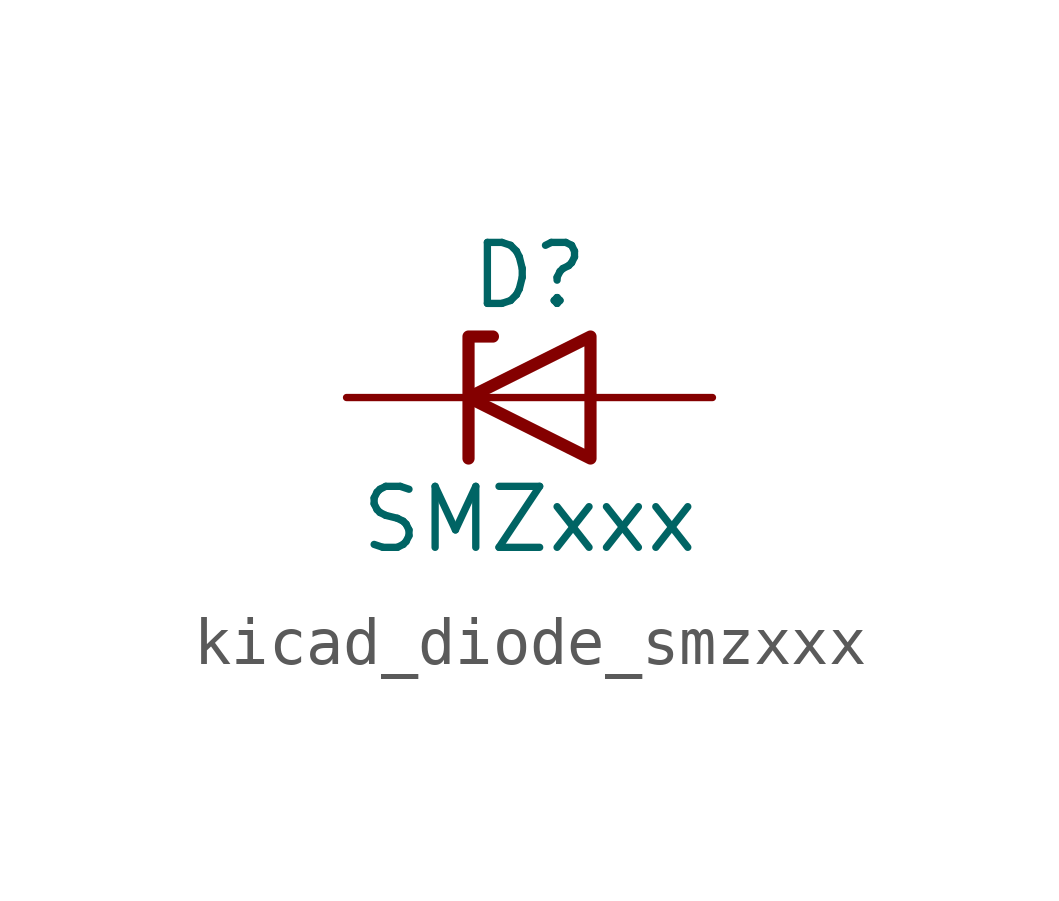
<source format=kicad_sym>
(kicad_symbol_lib
  (version 20220914)
  (generator kicad_symbol_editor)
  (symbol "kicad_diode_smzxxx"
    (pin_numbers hide)
    (pin_names hide)
    (property "Reference" "D"
      (at 0 2.54 0)
      (effects (font (size 1.27 1.27))))
    (property "Value" "SMZxxx"
      (at 0 -2.54 0)
      (effects (font (size 1.27 1.27))))
    (symbol "kicad_diode_smzxxx_0_1"
      (polyline (pts (xy 1.27 0) (xy -1.27 0)) (stroke (width 0) (type default)) (fill (type none)))
      (polyline (pts (xy -1.27 -1.27) (xy -1.27 1.27) (xy -0.762 1.27)) (stroke (width 0.254) (type default)) (fill (type none)))
      (polyline (pts (xy 1.27 -1.27) (xy 1.27 1.27) (xy -1.27 0) (xy 1.27 -1.27)) (stroke (width 0.254) (type default)) (fill (type none))))
    (symbol "kicad_diode_smzxxx_1_1"
      (pin passive line (at -3.81 0 0) (length 2.54) (name "K" (effects (font (size 1.27 1.27)))) (number "1" (effects (font (size 1.27 1.27)))))
      (pin passive line (at 3.81 0 180) (length 2.54) (name "A" (effects (font (size 1.27 1.27)))) (number "2" (effects (font (size 1.27 1.27))))))))
</source>
